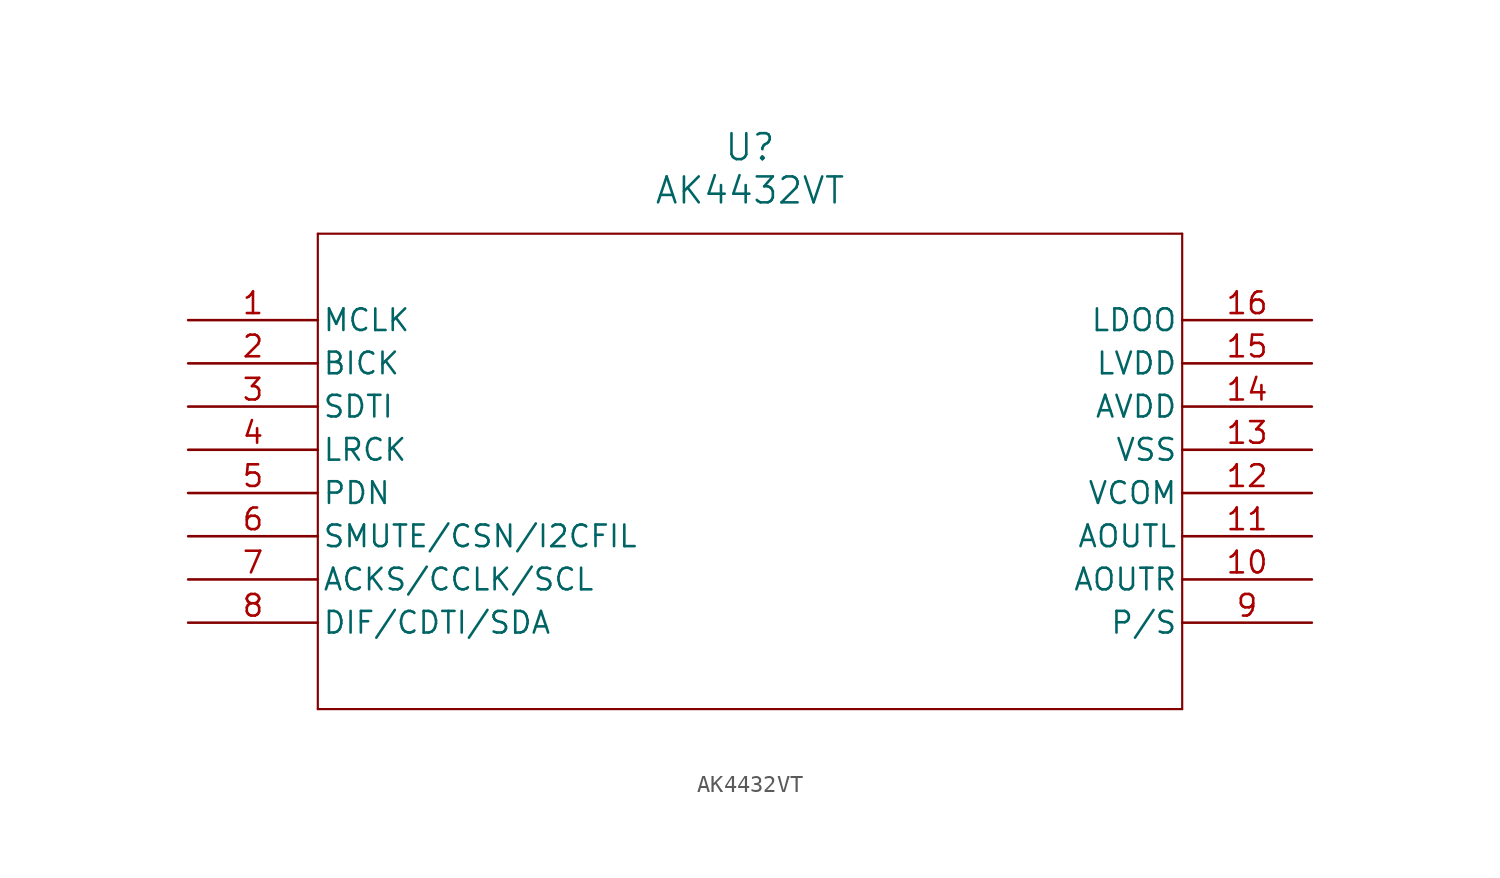
<source format=kicad_sym>
(kicad_symbol_lib
  (version 20211014)
  (generator kicad_symbol_editor)
  (symbol "AK4432VT"
    (pin_names
      (offset 0.254))
    (property "Reference" "U"
      (at 33.02 10.16 0)
      (effects (font (size 1.524 1.524))))
    (property "Value" "AK4432VT"
      (at 33.02 7.62 0)
      (effects (font (size 1.524 1.524))))
    (symbol "AK4432VT_0_1"
      (polyline (pts (xy 7.62 5.08) (xy 7.62 -22.86)) (stroke (width 0.127) (type default) (color 0 0 0 0)) (fill (type none)))
      (polyline (pts (xy 7.62 -22.86) (xy 58.42 -22.86)) (stroke (width 0.127) (type default) (color 0 0 0 0)) (fill (type none)))
      (polyline (pts (xy 58.42 -22.86) (xy 58.42 5.08)) (stroke (width 0.127) (type default) (color 0 0 0 0)) (fill (type none)))
      (polyline (pts (xy 58.42 5.08) (xy 7.62 5.08)) (stroke (width 0.127) (type default) (color 0 0 0 0)) (fill (type none)))
      (pin input line (at 0 0 0) (length 7.62) (name "MCLK" (effects (font (size 1.27 1.27)))) (number "1" (effects (font (size 1.27 1.27)))))
      (pin input line (at 0 -2.54 0) (length 7.62) (name "BICK" (effects (font (size 1.27 1.27)))) (number "2" (effects (font (size 1.27 1.27)))))
      (pin input line (at 0 -5.08 0) (length 7.62) (name "SDTI" (effects (font (size 1.27 1.27)))) (number "3" (effects (font (size 1.27 1.27)))))
      (pin input line (at 0 -7.62 0) (length 7.62) (name "LRCK" (effects (font (size 1.27 1.27)))) (number "4" (effects (font (size 1.27 1.27)))))
      (pin input line (at 0 -10.16 0) (length 7.62) (name "PDN" (effects (font (size 1.27 1.27)))) (number "5" (effects (font (size 1.27 1.27)))))
      (pin input line (at 0 -12.7 0) (length 7.62) (name "SMUTE/CSN/I2CFIL" (effects (font (size 1.27 1.27)))) (number "6" (effects (font (size 1.27 1.27)))))
      (pin input line (at 0 -15.24 0) (length 7.62) (name "ACKS/CCLK/SCL" (effects (font (size 1.27 1.27)))) (number "7" (effects (font (size 1.27 1.27)))))
      (pin bidirectional line (at 0 -17.78 0) (length 7.62) (name "DIF/CDTI/SDA" (effects (font (size 1.27 1.27)))) (number "8" (effects (font (size 1.27 1.27)))))
      (pin input line (at 66.04 -17.78 180) (length 7.62) (name "P/S" (effects (font (size 1.27 1.27)))) (number "9" (effects (font (size 1.27 1.27)))))
      (pin unspecified line (at 66.04 -15.24 180) (length 7.62) (name "AOUTR" (effects (font (size 1.27 1.27)))) (number "10" (effects (font (size 1.27 1.27)))))
      (pin unspecified line (at 66.04 -12.7 180) (length 7.62) (name "AOUTL" (effects (font (size 1.27 1.27)))) (number "11" (effects (font (size 1.27 1.27)))))
      (pin output line (at 66.04 -10.16 180) (length 7.62) (name "VCOM" (effects (font (size 1.27 1.27)))) (number "12" (effects (font (size 1.27 1.27)))))
      (pin power_out line (at 66.04 -7.62 180) (length 7.62) (name "VSS" (effects (font (size 1.27 1.27)))) (number "13" (effects (font (size 1.27 1.27)))))
      (pin power_in line (at 66.04 -5.08 180) (length 7.62) (name "AVDD" (effects (font (size 1.27 1.27)))) (number "14" (effects (font (size 1.27 1.27)))))
      (pin power_in line (at 66.04 -2.54 180) (length 7.62) (name "LVDD" (effects (font (size 1.27 1.27)))) (number "15" (effects (font (size 1.27 1.27)))))
      (pin output line (at 66.04 0 180) (length 7.62) (name "LDOO" (effects (font (size 1.27 1.27)))) (number "16" (effects (font (size 1.27 1.27))))))))
</source>
